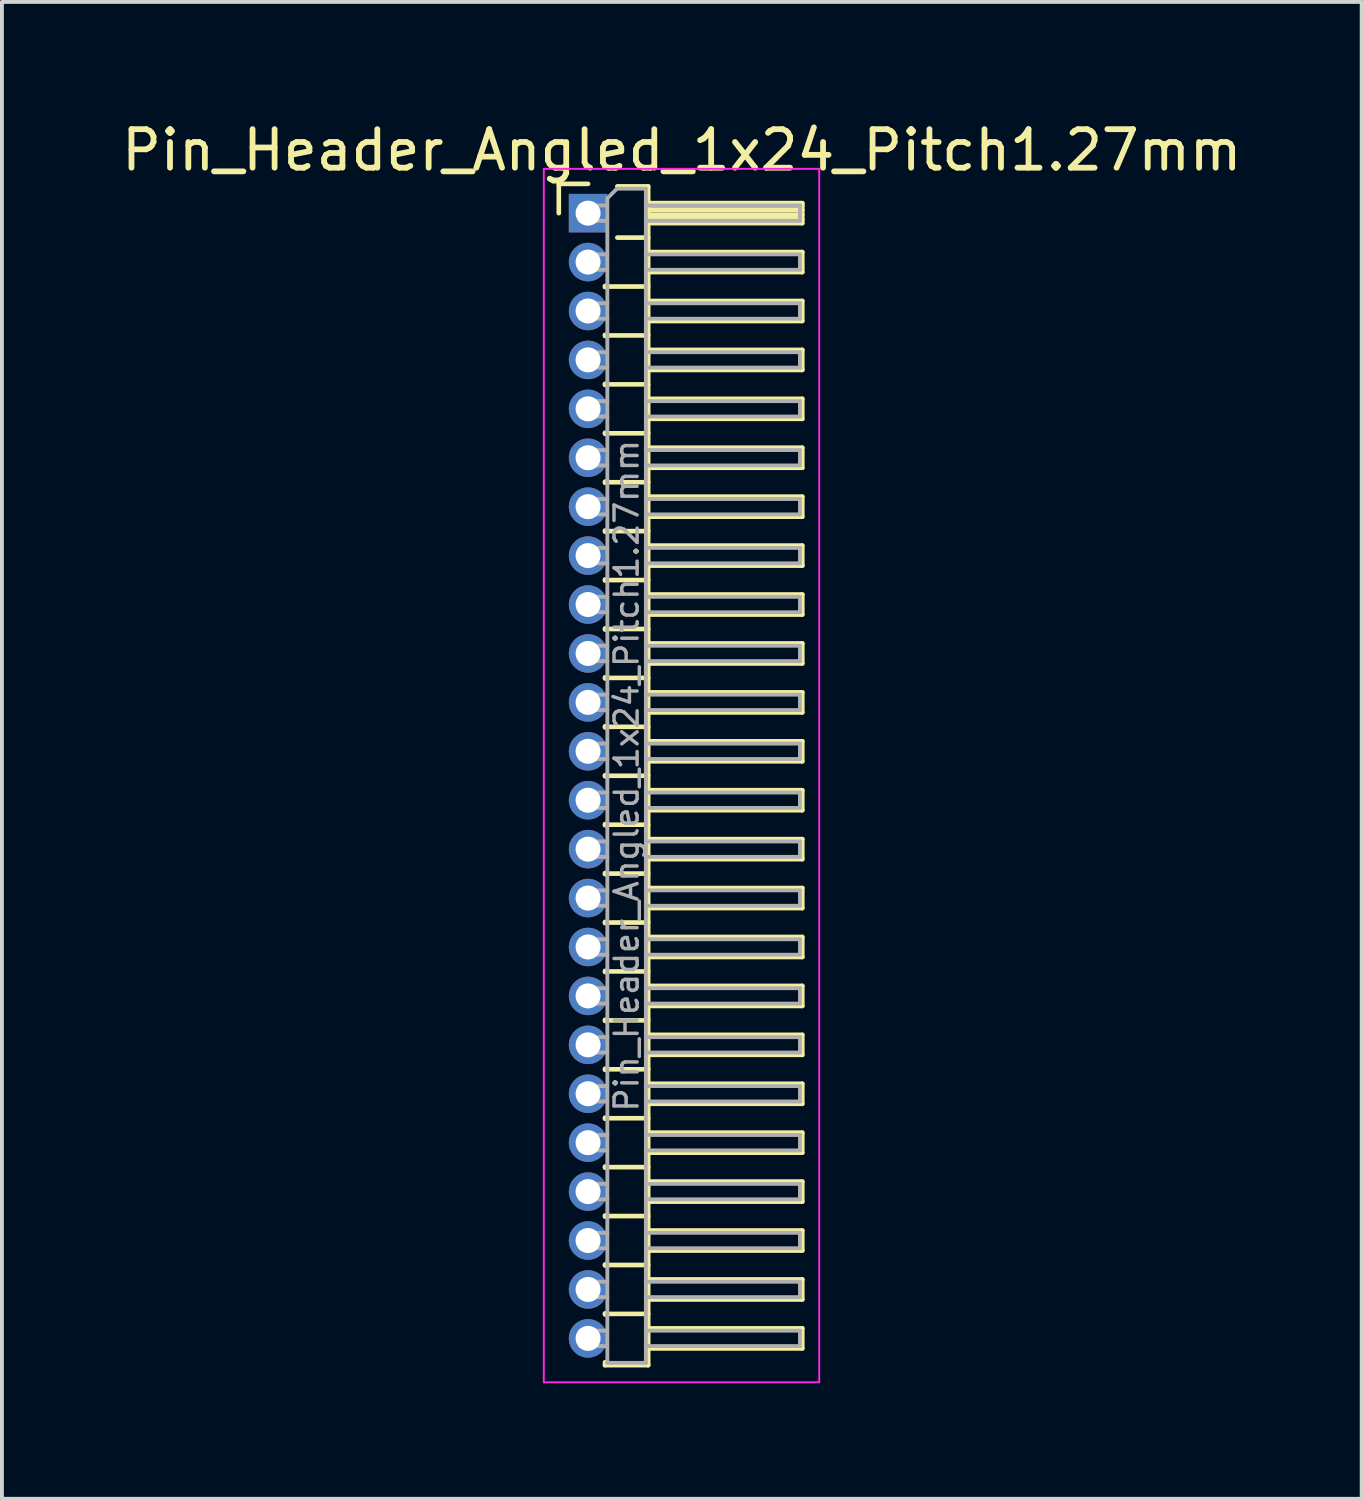
<source format=kicad_pcb>
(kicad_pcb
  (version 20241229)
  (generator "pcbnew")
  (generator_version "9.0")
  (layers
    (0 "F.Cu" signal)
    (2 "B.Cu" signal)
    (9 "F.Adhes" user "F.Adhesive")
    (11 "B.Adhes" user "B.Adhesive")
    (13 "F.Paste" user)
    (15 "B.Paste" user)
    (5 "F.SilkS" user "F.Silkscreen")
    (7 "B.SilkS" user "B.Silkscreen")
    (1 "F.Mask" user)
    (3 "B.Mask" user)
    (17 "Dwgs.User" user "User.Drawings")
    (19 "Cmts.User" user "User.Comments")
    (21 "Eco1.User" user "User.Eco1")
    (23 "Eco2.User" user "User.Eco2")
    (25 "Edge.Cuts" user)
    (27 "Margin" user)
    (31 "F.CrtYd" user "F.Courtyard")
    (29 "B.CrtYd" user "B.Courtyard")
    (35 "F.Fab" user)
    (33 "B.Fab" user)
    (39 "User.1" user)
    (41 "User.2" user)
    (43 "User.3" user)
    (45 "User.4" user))
  (footprint "Pin_Header_Angled_1x24_Pitch1.27mm"
    (layer "F.Cu")
    (at 12.216 2.483)
    (property "Reference" "Pin_Header_Angled_1x24_Pitch1.27mm" (at 2.433 -1.635 0) (layer "F.SilkS") (effects (font (size 1 1) (thickness 0.15))))
    (attr through_hole)
    (fp_line (start -0.76 -0.76) (end 0 -0.76) (stroke (width 0.12) (type solid)) (layer "F.SilkS"))
    (fp_line (start -0.76 0) (end -0.76 -0.76) (stroke (width 0.12) (type solid)) (layer "F.SilkS"))
    (fp_line (start 0.44 1.89) (end 0.44 1.92) (stroke (width 0.12) (type solid)) (layer "F.SilkS"))
    (fp_line (start 0.44 1.905) (end 1.56 1.905) (stroke (width 0.12) (type solid)) (layer "F.SilkS"))
    (fp_line (start 0.44 3.16) (end 0.44 3.19) (stroke (width 0.12) (type solid)) (layer "F.SilkS"))
    (fp_line (start 0.44 3.175) (end 1.56 3.175) (stroke (width 0.12) (type solid)) (layer "F.SilkS"))
    (fp_line (start 0.44 4.43) (end 0.44 4.46) (stroke (width 0.12) (type solid)) (layer "F.SilkS"))
    (fp_line (start 0.44 4.445) (end 1.56 4.445) (stroke (width 0.12) (type solid)) (layer "F.SilkS"))
    (fp_line (start 0.44 5.7) (end 0.44 5.73) (stroke (width 0.12) (type solid)) (layer "F.SilkS"))
    (fp_line (start 0.44 5.715) (end 1.56 5.715) (stroke (width 0.12) (type solid)) (layer "F.SilkS"))
    (fp_line (start 0.44 6.97) (end 0.44 7) (stroke (width 0.12) (type solid)) (layer "F.SilkS"))
    (fp_line (start 0.44 6.985) (end 1.56 6.985) (stroke (width 0.12) (type solid)) (layer "F.SilkS"))
    (fp_line (start 0.44 8.24) (end 0.44 8.27) (stroke (width 0.12) (type solid)) (layer "F.SilkS"))
    (fp_line (start 0.44 8.255) (end 1.56 8.255) (stroke (width 0.12) (type solid)) (layer "F.SilkS"))
    (fp_line (start 0.44 9.51) (end 0.44 9.54) (stroke (width 0.12) (type solid)) (layer "F.SilkS"))
    (fp_line (start 0.44 9.525) (end 1.56 9.525) (stroke (width 0.12) (type solid)) (layer "F.SilkS"))
    (fp_line (start 0.44 10.78) (end 0.44 10.81) (stroke (width 0.12) (type solid)) (layer "F.SilkS"))
    (fp_line (start 0.44 10.795) (end 1.56 10.795) (stroke (width 0.12) (type solid)) (layer "F.SilkS"))
    (fp_line (start 0.44 12.05) (end 0.44 12.08) (stroke (width 0.12) (type solid)) (layer "F.SilkS"))
    (fp_line (start 0.44 12.065) (end 1.56 12.065) (stroke (width 0.12) (type solid)) (layer "F.SilkS"))
    (fp_line (start 0.44 13.32) (end 0.44 13.35) (stroke (width 0.12) (type solid)) (layer "F.SilkS"))
    (fp_line (start 0.44 13.335) (end 1.56 13.335) (stroke (width 0.12) (type solid)) (layer "F.SilkS"))
    (fp_line (start 0.44 14.59) (end 0.44 14.62) (stroke (width 0.12) (type solid)) (layer "F.SilkS"))
    (fp_line (start 0.44 14.605) (end 1.56 14.605) (stroke (width 0.12) (type solid)) (layer "F.SilkS"))
    (fp_line (start 0.44 15.86) (end 0.44 15.89) (stroke (width 0.12) (type solid)) (layer "F.SilkS"))
    (fp_line (start 0.44 15.875) (end 1.56 15.875) (stroke (width 0.12) (type solid)) (layer "F.SilkS"))
    (fp_line (start 0.44 17.13) (end 0.44 17.16) (stroke (width 0.12) (type solid)) (layer "F.SilkS"))
    (fp_line (start 0.44 17.145) (end 1.56 17.145) (stroke (width 0.12) (type solid)) (layer "F.SilkS"))
    (fp_line (start 0.44 18.4) (end 0.44 18.43) (stroke (width 0.12) (type solid)) (layer "F.SilkS"))
    (fp_line (start 0.44 18.415) (end 1.56 18.415) (stroke (width 0.12) (type solid)) (layer "F.SilkS"))
    (fp_line (start 0.44 19.67) (end 0.44 19.7) (stroke (width 0.12) (type solid)) (layer "F.SilkS"))
    (fp_line (start 0.44 19.685) (end 1.56 19.685) (stroke (width 0.12) (type solid)) (layer "F.SilkS"))
    (fp_line (start 0.44 20.94) (end 0.44 20.97) (stroke (width 0.12) (type solid)) (layer "F.SilkS"))
    (fp_line (start 0.44 20.955) (end 1.56 20.955) (stroke (width 0.12) (type solid)) (layer "F.SilkS"))
    (fp_line (start 0.44 22.21) (end 0.44 22.24) (stroke (width 0.12) (type solid)) (layer "F.SilkS"))
    (fp_line (start 0.44 22.225) (end 1.56 22.225) (stroke (width 0.12) (type solid)) (layer "F.SilkS"))
    (fp_line (start 0.44 23.48) (end 0.44 23.51) (stroke (width 0.12) (type solid)) (layer "F.SilkS"))
    (fp_line (start 0.44 23.495) (end 1.56 23.495) (stroke (width 0.12) (type solid)) (layer "F.SilkS"))
    (fp_line (start 0.44 24.75) (end 0.44 24.78) (stroke (width 0.12) (type solid)) (layer "F.SilkS"))
    (fp_line (start 0.44 24.765) (end 1.56 24.765) (stroke (width 0.12) (type solid)) (layer "F.SilkS"))
    (fp_line (start 0.44 26.02) (end 0.44 26.05) (stroke (width 0.12) (type solid)) (layer "F.SilkS"))
    (fp_line (start 0.44 26.035) (end 1.56 26.035) (stroke (width 0.12) (type solid)) (layer "F.SilkS"))
    (fp_line (start 0.44 27.29) (end 0.44 27.32) (stroke (width 0.12) (type solid)) (layer "F.SilkS"))
    (fp_line (start 0.44 27.305) (end 1.56 27.305) (stroke (width 0.12) (type solid)) (layer "F.SilkS"))
    (fp_line (start 0.44 28.56) (end 0.44 28.59) (stroke (width 0.12) (type solid)) (layer "F.SilkS"))
    (fp_line (start 0.44 28.575) (end 1.56 28.575) (stroke (width 0.12) (type solid)) (layer "F.SilkS"))
    (fp_line (start 0.44 29.905) (end 0.44 29.83) (stroke (width 0.12) (type solid)) (layer "F.SilkS"))
    (fp_line (start 0.76 -0.695) (end 1.56 -0.695) (stroke (width 0.12) (type solid)) (layer "F.SilkS"))
    (fp_line (start 0.76 0.635) (end 1.56 0.635) (stroke (width 0.12) (type solid)) (layer "F.SilkS"))
    (fp_line (start 1.56 -0.695) (end 1.56 29.905) (stroke (width 0.12) (type solid)) (layer "F.SilkS"))
    (fp_line (start 1.56 -0.26) (end 5.56 -0.26) (stroke (width 0.12) (type solid)) (layer "F.SilkS"))
    (fp_line (start 1.56 -0.2) (end 5.56 -0.2) (stroke (width 0.12) (type solid)) (layer "F.SilkS"))
    (fp_line (start 1.56 -0.08) (end 5.56 -0.08) (stroke (width 0.12) (type solid)) (layer "F.SilkS"))
    (fp_line (start 1.56 0.04) (end 5.56 0.04) (stroke (width 0.12) (type solid)) (layer "F.SilkS"))
    (fp_line (start 1.56 0.16) (end 5.56 0.16) (stroke (width 0.12) (type solid)) (layer "F.SilkS"))
    (fp_line (start 1.56 1.01) (end 5.56 1.01) (stroke (width 0.12) (type solid)) (layer "F.SilkS"))
    (fp_line (start 1.56 2.28) (end 5.56 2.28) (stroke (width 0.12) (type solid)) (layer "F.SilkS"))
    (fp_line (start 1.56 3.55) (end 5.56 3.55) (stroke (width 0.12) (type solid)) (layer "F.SilkS"))
    (fp_line (start 1.56 4.82) (end 5.56 4.82) (stroke (width 0.12) (type solid)) (layer "F.SilkS"))
    (fp_line (start 1.56 6.09) (end 5.56 6.09) (stroke (width 0.12) (type solid)) (layer "F.SilkS"))
    (fp_line (start 1.56 7.36) (end 5.56 7.36) (stroke (width 0.12) (type solid)) (layer "F.SilkS"))
    (fp_line (start 1.56 8.63) (end 5.56 8.63) (stroke (width 0.12) (type solid)) (layer "F.SilkS"))
    (fp_line (start 1.56 9.9) (end 5.56 9.9) (stroke (width 0.12) (type solid)) (layer "F.SilkS"))
    (fp_line (start 1.56 11.17) (end 5.56 11.17) (stroke (width 0.12) (type solid)) (layer "F.SilkS"))
    (fp_line (start 1.56 12.44) (end 5.56 12.44) (stroke (width 0.12) (type solid)) (layer "F.SilkS"))
    (fp_line (start 1.56 13.71) (end 5.56 13.71) (stroke (width 0.12) (type solid)) (layer "F.SilkS"))
    (fp_line (start 1.56 14.98) (end 5.56 14.98) (stroke (width 0.12) (type solid)) (layer "F.SilkS"))
    (fp_line (start 1.56 16.25) (end 5.56 16.25) (stroke (width 0.12) (type solid)) (layer "F.SilkS"))
    (fp_line (start 1.56 17.52) (end 5.56 17.52) (stroke (width 0.12) (type solid)) (layer "F.SilkS"))
    (fp_line (start 1.56 18.79) (end 5.56 18.79) (stroke (width 0.12) (type solid)) (layer "F.SilkS"))
    (fp_line (start 1.56 20.06) (end 5.56 20.06) (stroke (width 0.12) (type solid)) (layer "F.SilkS"))
    (fp_line (start 1.56 21.33) (end 5.56 21.33) (stroke (width 0.12) (type solid)) (layer "F.SilkS"))
    (fp_line (start 1.56 22.6) (end 5.56 22.6) (stroke (width 0.12) (type solid)) (layer "F.SilkS"))
    (fp_line (start 1.56 23.87) (end 5.56 23.87) (stroke (width 0.12) (type solid)) (layer "F.SilkS"))
    (fp_line (start 1.56 25.14) (end 5.56 25.14) (stroke (width 0.12) (type solid)) (layer "F.SilkS"))
    (fp_line (start 1.56 26.41) (end 5.56 26.41) (stroke (width 0.12) (type solid)) (layer "F.SilkS"))
    (fp_line (start 1.56 27.68) (end 5.56 27.68) (stroke (width 0.12) (type solid)) (layer "F.SilkS"))
    (fp_line (start 1.56 28.95) (end 5.56 28.95) (stroke (width 0.12) (type solid)) (layer "F.SilkS"))
    (fp_line (start 1.56 29.905) (end 0.44 29.905) (stroke (width 0.12) (type solid)) (layer "F.SilkS"))
    (fp_line (start 5.56 -0.26) (end 5.56 0.26) (stroke (width 0.12) (type solid)) (layer "F.SilkS"))
    (fp_line (start 5.56 0.26) (end 1.56 0.26) (stroke (width 0.12) (type solid)) (layer "F.SilkS"))
    (fp_line (start 5.56 1.01) (end 5.56 1.53) (stroke (width 0.12) (type solid)) (layer "F.SilkS"))
    (fp_line (start 5.56 1.53) (end 1.56 1.53) (stroke (width 0.12) (type solid)) (layer "F.SilkS"))
    (fp_line (start 5.56 2.28) (end 5.56 2.8) (stroke (width 0.12) (type solid)) (layer "F.SilkS"))
    (fp_line (start 5.56 2.8) (end 1.56 2.8) (stroke (width 0.12) (type solid)) (layer "F.SilkS"))
    (fp_line (start 5.56 3.55) (end 5.56 4.07) (stroke (width 0.12) (type solid)) (layer "F.SilkS"))
    (fp_line (start 5.56 4.07) (end 1.56 4.07) (stroke (width 0.12) (type solid)) (layer "F.SilkS"))
    (fp_line (start 5.56 4.82) (end 5.56 5.34) (stroke (width 0.12) (type solid)) (layer "F.SilkS"))
    (fp_line (start 5.56 5.34) (end 1.56 5.34) (stroke (width 0.12) (type solid)) (layer "F.SilkS"))
    (fp_line (start 5.56 6.09) (end 5.56 6.61) (stroke (width 0.12) (type solid)) (layer "F.SilkS"))
    (fp_line (start 5.56 6.61) (end 1.56 6.61) (stroke (width 0.12) (type solid)) (layer "F.SilkS"))
    (fp_line (start 5.56 7.36) (end 5.56 7.88) (stroke (width 0.12) (type solid)) (layer "F.SilkS"))
    (fp_line (start 5.56 7.88) (end 1.56 7.88) (stroke (width 0.12) (type solid)) (layer "F.SilkS"))
    (fp_line (start 5.56 8.63) (end 5.56 9.15) (stroke (width 0.12) (type solid)) (layer "F.SilkS"))
    (fp_line (start 5.56 9.15) (end 1.56 9.15) (stroke (width 0.12) (type solid)) (layer "F.SilkS"))
    (fp_line (start 5.56 9.9) (end 5.56 10.42) (stroke (width 0.12) (type solid)) (layer "F.SilkS"))
    (fp_line (start 5.56 10.42) (end 1.56 10.42) (stroke (width 0.12) (type solid)) (layer "F.SilkS"))
    (fp_line (start 5.56 11.17) (end 5.56 11.69) (stroke (width 0.12) (type solid)) (layer "F.SilkS"))
    (fp_line (start 5.56 11.69) (end 1.56 11.69) (stroke (width 0.12) (type solid)) (layer "F.SilkS"))
    (fp_line (start 5.56 12.44) (end 5.56 12.96) (stroke (width 0.12) (type solid)) (layer "F.SilkS"))
    (fp_line (start 5.56 12.96) (end 1.56 12.96) (stroke (width 0.12) (type solid)) (layer "F.SilkS"))
    (fp_line (start 5.56 13.71) (end 5.56 14.23) (stroke (width 0.12) (type solid)) (layer "F.SilkS"))
    (fp_line (start 5.56 14.23) (end 1.56 14.23) (stroke (width 0.12) (type solid)) (layer "F.SilkS"))
    (fp_line (start 5.56 14.98) (end 5.56 15.5) (stroke (width 0.12) (type solid)) (layer "F.SilkS"))
    (fp_line (start 5.56 15.5) (end 1.56 15.5) (stroke (width 0.12) (type solid)) (layer "F.SilkS"))
    (fp_line (start 5.56 16.25) (end 5.56 16.77) (stroke (width 0.12) (type solid)) (layer "F.SilkS"))
    (fp_line (start 5.56 16.77) (end 1.56 16.77) (stroke (width 0.12) (type solid)) (layer "F.SilkS"))
    (fp_line (start 5.56 17.52) (end 5.56 18.04) (stroke (width 0.12) (type solid)) (layer "F.SilkS"))
    (fp_line (start 5.56 18.04) (end 1.56 18.04) (stroke (width 0.12) (type solid)) (layer "F.SilkS"))
    (fp_line (start 5.56 18.79) (end 5.56 19.31) (stroke (width 0.12) (type solid)) (layer "F.SilkS"))
    (fp_line (start 5.56 19.31) (end 1.56 19.31) (stroke (width 0.12) (type solid)) (layer "F.SilkS"))
    (fp_line (start 5.56 20.06) (end 5.56 20.58) (stroke (width 0.12) (type solid)) (layer "F.SilkS"))
    (fp_line (start 5.56 20.58) (end 1.56 20.58) (stroke (width 0.12) (type solid)) (layer "F.SilkS"))
    (fp_line (start 5.56 21.33) (end 5.56 21.85) (stroke (width 0.12) (type solid)) (layer "F.SilkS"))
    (fp_line (start 5.56 21.85) (end 1.56 21.85) (stroke (width 0.12) (type solid)) (layer "F.SilkS"))
    (fp_line (start 5.56 22.6) (end 5.56 23.12) (stroke (width 0.12) (type solid)) (layer "F.SilkS"))
    (fp_line (start 5.56 23.12) (end 1.56 23.12) (stroke (width 0.12) (type solid)) (layer "F.SilkS"))
    (fp_line (start 5.56 23.87) (end 5.56 24.39) (stroke (width 0.12) (type solid)) (layer "F.SilkS"))
    (fp_line (start 5.56 24.39) (end 1.56 24.39) (stroke (width 0.12) (type solid)) (layer "F.SilkS"))
    (fp_line (start 5.56 25.14) (end 5.56 25.66) (stroke (width 0.12) (type solid)) (layer "F.SilkS"))
    (fp_line (start 5.56 25.66) (end 1.56 25.66) (stroke (width 0.12) (type solid)) (layer "F.SilkS"))
    (fp_line (start 5.56 26.41) (end 5.56 26.93) (stroke (width 0.12) (type solid)) (layer "F.SilkS"))
    (fp_line (start 5.56 26.93) (end 1.56 26.93) (stroke (width 0.12) (type solid)) (layer "F.SilkS"))
    (fp_line (start 5.56 27.68) (end 5.56 28.2) (stroke (width 0.12) (type solid)) (layer "F.SilkS"))
    (fp_line (start 5.56 28.2) (end 1.56 28.2) (stroke (width 0.12) (type solid)) (layer "F.SilkS"))
    (fp_line (start 5.56 28.95) (end 5.56 29.47) (stroke (width 0.12) (type solid)) (layer "F.SilkS"))
    (fp_line (start 5.56 29.47) (end 1.56 29.47) (stroke (width 0.12) (type solid)) (layer "F.SilkS"))
    (fp_line (start -1.15 -1.15) (end -1.15 30.35) (stroke (width 0.05) (type solid)) (layer "F.CrtYd"))
    (fp_line (start -1.15 30.35) (end 6 30.35) (stroke (width 0.05) (type solid)) (layer "F.CrtYd"))
    (fp_line (start 6 -1.15) (end -1.15 -1.15) (stroke (width 0.05) (type solid)) (layer "F.CrtYd"))
    (fp_line (start 6 30.35) (end 6 -1.15) (stroke (width 0.05) (type solid)) (layer "F.CrtYd"))
    (fp_line (start -0.2 -0.2) (end -0.2 0.2) (stroke (width 0.1) (type solid)) (layer "F.Fab"))
    (fp_line (start -0.2 -0.2) (end 0.5 -0.2) (stroke (width 0.1) (type solid)) (layer "F.Fab"))
    (fp_line (start -0.2 0.2) (end 0.5 0.2) (stroke (width 0.1) (type solid)) (layer "F.Fab"))
    (fp_line (start -0.2 1.07) (end -0.2 1.47) (stroke (width 0.1) (type solid)) (layer "F.Fab"))
    (fp_line (start -0.2 1.07) (end 0.5 1.07) (stroke (width 0.1) (type solid)) (layer "F.Fab"))
    (fp_line (start -0.2 1.47) (end 0.5 1.47) (stroke (width 0.1) (type solid)) (layer "F.Fab"))
    (fp_line (start -0.2 2.34) (end -0.2 2.74) (stroke (width 0.1) (type solid)) (layer "F.Fab"))
    (fp_line (start -0.2 2.34) (end 0.5 2.34) (stroke (width 0.1) (type solid)) (layer "F.Fab"))
    (fp_line (start -0.2 2.74) (end 0.5 2.74) (stroke (width 0.1) (type solid)) (layer "F.Fab"))
    (fp_line (start -0.2 3.61) (end -0.2 4.01) (stroke (width 0.1) (type solid)) (layer "F.Fab"))
    (fp_line (start -0.2 3.61) (end 0.5 3.61) (stroke (width 0.1) (type solid)) (layer "F.Fab"))
    (fp_line (start -0.2 4.01) (end 0.5 4.01) (stroke (width 0.1) (type solid)) (layer "F.Fab"))
    (fp_line (start -0.2 4.88) (end -0.2 5.28) (stroke (width 0.1) (type solid)) (layer "F.Fab"))
    (fp_line (start -0.2 4.88) (end 0.5 4.88) (stroke (width 0.1) (type solid)) (layer "F.Fab"))
    (fp_line (start -0.2 5.28) (end 0.5 5.28) (stroke (width 0.1) (type solid)) (layer "F.Fab"))
    (fp_line (start -0.2 6.15) (end -0.2 6.55) (stroke (width 0.1) (type solid)) (layer "F.Fab"))
    (fp_line (start -0.2 6.15) (end 0.5 6.15) (stroke (width 0.1) (type solid)) (layer "F.Fab"))
    (fp_line (start -0.2 6.55) (end 0.5 6.55) (stroke (width 0.1) (type solid)) (layer "F.Fab"))
    (fp_line (start -0.2 7.42) (end -0.2 7.82) (stroke (width 0.1) (type solid)) (layer "F.Fab"))
    (fp_line (start -0.2 7.42) (end 0.5 7.42) (stroke (width 0.1) (type solid)) (layer "F.Fab"))
    (fp_line (start -0.2 7.82) (end 0.5 7.82) (stroke (width 0.1) (type solid)) (layer "F.Fab"))
    (fp_line (start -0.2 8.69) (end -0.2 9.09) (stroke (width 0.1) (type solid)) (layer "F.Fab"))
    (fp_line (start -0.2 8.69) (end 0.5 8.69) (stroke (width 0.1) (type solid)) (layer "F.Fab"))
    (fp_line (start -0.2 9.09) (end 0.5 9.09) (stroke (width 0.1) (type solid)) (layer "F.Fab"))
    (fp_line (start -0.2 9.96) (end -0.2 10.36) (stroke (width 0.1) (type solid)) (layer "F.Fab"))
    (fp_line (start -0.2 9.96) (end 0.5 9.96) (stroke (width 0.1) (type solid)) (layer "F.Fab"))
    (fp_line (start -0.2 10.36) (end 0.5 10.36) (stroke (width 0.1) (type solid)) (layer "F.Fab"))
    (fp_line (start -0.2 11.23) (end -0.2 11.63) (stroke (width 0.1) (type solid)) (layer "F.Fab"))
    (fp_line (start -0.2 11.23) (end 0.5 11.23) (stroke (width 0.1) (type solid)) (layer "F.Fab"))
    (fp_line (start -0.2 11.63) (end 0.5 11.63) (stroke (width 0.1) (type solid)) (layer "F.Fab"))
    (fp_line (start -0.2 12.5) (end -0.2 12.9) (stroke (width 0.1) (type solid)) (layer "F.Fab"))
    (fp_line (start -0.2 12.5) (end 0.5 12.5) (stroke (width 0.1) (type solid)) (layer "F.Fab"))
    (fp_line (start -0.2 12.9) (end 0.5 12.9) (stroke (width 0.1) (type solid)) (layer "F.Fab"))
    (fp_line (start -0.2 13.77) (end -0.2 14.17) (stroke (width 0.1) (type solid)) (layer "F.Fab"))
    (fp_line (start -0.2 13.77) (end 0.5 13.77) (stroke (width 0.1) (type solid)) (layer "F.Fab"))
    (fp_line (start -0.2 14.17) (end 0.5 14.17) (stroke (width 0.1) (type solid)) (layer "F.Fab"))
    (fp_line (start -0.2 15.04) (end -0.2 15.44) (stroke (width 0.1) (type solid)) (layer "F.Fab"))
    (fp_line (start -0.2 15.04) (end 0.5 15.04) (stroke (width 0.1) (type solid)) (layer "F.Fab"))
    (fp_line (start -0.2 15.44) (end 0.5 15.44) (stroke (width 0.1) (type solid)) (layer "F.Fab"))
    (fp_line (start -0.2 16.31) (end -0.2 16.71) (stroke (width 0.1) (type solid)) (layer "F.Fab"))
    (fp_line (start -0.2 16.31) (end 0.5 16.31) (stroke (width 0.1) (type solid)) (layer "F.Fab"))
    (fp_line (start -0.2 16.71) (end 0.5 16.71) (stroke (width 0.1) (type solid)) (layer "F.Fab"))
    (fp_line (start -0.2 17.58) (end -0.2 17.98) (stroke (width 0.1) (type solid)) (layer "F.Fab"))
    (fp_line (start -0.2 17.58) (end 0.5 17.58) (stroke (width 0.1) (type solid)) (layer "F.Fab"))
    (fp_line (start -0.2 17.98) (end 0.5 17.98) (stroke (width 0.1) (type solid)) (layer "F.Fab"))
    (fp_line (start -0.2 18.85) (end -0.2 19.25) (stroke (width 0.1) (type solid)) (layer "F.Fab"))
    (fp_line (start -0.2 18.85) (end 0.5 18.85) (stroke (width 0.1) (type solid)) (layer "F.Fab"))
    (fp_line (start -0.2 19.25) (end 0.5 19.25) (stroke (width 0.1) (type solid)) (layer "F.Fab"))
    (fp_line (start -0.2 20.12) (end -0.2 20.52) (stroke (width 0.1) (type solid)) (layer "F.Fab"))
    (fp_line (start -0.2 20.12) (end 0.5 20.12) (stroke (width 0.1) (type solid)) (layer "F.Fab"))
    (fp_line (start -0.2 20.52) (end 0.5 20.52) (stroke (width 0.1) (type solid)) (layer "F.Fab"))
    (fp_line (start -0.2 21.39) (end -0.2 21.79) (stroke (width 0.1) (type solid)) (layer "F.Fab"))
    (fp_line (start -0.2 21.39) (end 0.5 21.39) (stroke (width 0.1) (type solid)) (layer "F.Fab"))
    (fp_line (start -0.2 21.79) (end 0.5 21.79) (stroke (width 0.1) (type solid)) (layer "F.Fab"))
    (fp_line (start -0.2 22.66) (end -0.2 23.06) (stroke (width 0.1) (type solid)) (layer "F.Fab"))
    (fp_line (start -0.2 22.66) (end 0.5 22.66) (stroke (width 0.1) (type solid)) (layer "F.Fab"))
    (fp_line (start -0.2 23.06) (end 0.5 23.06) (stroke (width 0.1) (type solid)) (layer "F.Fab"))
    (fp_line (start -0.2 23.93) (end -0.2 24.33) (stroke (width 0.1) (type solid)) (layer "F.Fab"))
    (fp_line (start -0.2 23.93) (end 0.5 23.93) (stroke (width 0.1) (type solid)) (layer "F.Fab"))
    (fp_line (start -0.2 24.33) (end 0.5 24.33) (stroke (width 0.1) (type solid)) (layer "F.Fab"))
    (fp_line (start -0.2 25.2) (end -0.2 25.6) (stroke (width 0.1) (type solid)) (layer "F.Fab"))
    (fp_line (start -0.2 25.2) (end 0.5 25.2) (stroke (width 0.1) (type solid)) (layer "F.Fab"))
    (fp_line (start -0.2 25.6) (end 0.5 25.6) (stroke (width 0.1) (type solid)) (layer "F.Fab"))
    (fp_line (start -0.2 26.47) (end -0.2 26.87) (stroke (width 0.1) (type solid)) (layer "F.Fab"))
    (fp_line (start -0.2 26.47) (end 0.5 26.47) (stroke (width 0.1) (type solid)) (layer "F.Fab"))
    (fp_line (start -0.2 26.87) (end 0.5 26.87) (stroke (width 0.1) (type solid)) (layer "F.Fab"))
    (fp_line (start -0.2 27.74) (end -0.2 28.14) (stroke (width 0.1) (type solid)) (layer "F.Fab"))
    (fp_line (start -0.2 27.74) (end 0.5 27.74) (stroke (width 0.1) (type solid)) (layer "F.Fab"))
    (fp_line (start -0.2 28.14) (end 0.5 28.14) (stroke (width 0.1) (type solid)) (layer "F.Fab"))
    (fp_line (start -0.2 29.01) (end -0.2 29.41) (stroke (width 0.1) (type solid)) (layer "F.Fab"))
    (fp_line (start -0.2 29.01) (end 0.5 29.01) (stroke (width 0.1) (type solid)) (layer "F.Fab"))
    (fp_line (start -0.2 29.41) (end 0.5 29.41) (stroke (width 0.1) (type solid)) (layer "F.Fab"))
    (fp_line (start 0.5 -0.385) (end 0.75 -0.635) (stroke (width 0.1) (type solid)) (layer "F.Fab"))
    (fp_line (start 0.5 29.845) (end 0.5 -0.385) (stroke (width 0.1) (type solid)) (layer "F.Fab"))
    (fp_line (start 0.75 -0.635) (end 1.5 -0.635) (stroke (width 0.1) (type solid)) (layer "F.Fab"))
    (fp_line (start 1.5 -0.635) (end 1.5 29.845) (stroke (width 0.1) (type solid)) (layer "F.Fab"))
    (fp_line (start 1.5 -0.2) (end 5.5 -0.2) (stroke (width 0.1) (type solid)) (layer "F.Fab"))
    (fp_line (start 1.5 0.2) (end 5.5 0.2) (stroke (width 0.1) (type solid)) (layer "F.Fab"))
    (fp_line (start 1.5 1.07) (end 5.5 1.07) (stroke (width 0.1) (type solid)) (layer "F.Fab"))
    (fp_line (start 1.5 1.47) (end 5.5 1.47) (stroke (width 0.1) (type solid)) (layer "F.Fab"))
    (fp_line (start 1.5 2.34) (end 5.5 2.34) (stroke (width 0.1) (type solid)) (layer "F.Fab"))
    (fp_line (start 1.5 2.74) (end 5.5 2.74) (stroke (width 0.1) (type solid)) (layer "F.Fab"))
    (fp_line (start 1.5 3.61) (end 5.5 3.61) (stroke (width 0.1) (type solid)) (layer "F.Fab"))
    (fp_line (start 1.5 4.01) (end 5.5 4.01) (stroke (width 0.1) (type solid)) (layer "F.Fab"))
    (fp_line (start 1.5 4.88) (end 5.5 4.88) (stroke (width 0.1) (type solid)) (layer "F.Fab"))
    (fp_line (start 1.5 5.28) (end 5.5 5.28) (stroke (width 0.1) (type solid)) (layer "F.Fab"))
    (fp_line (start 1.5 6.15) (end 5.5 6.15) (stroke (width 0.1) (type solid)) (layer "F.Fab"))
    (fp_line (start 1.5 6.55) (end 5.5 6.55) (stroke (width 0.1) (type solid)) (layer "F.Fab"))
    (fp_line (start 1.5 7.42) (end 5.5 7.42) (stroke (width 0.1) (type solid)) (layer "F.Fab"))
    (fp_line (start 1.5 7.82) (end 5.5 7.82) (stroke (width 0.1) (type solid)) (layer "F.Fab"))
    (fp_line (start 1.5 8.69) (end 5.5 8.69) (stroke (width 0.1) (type solid)) (layer "F.Fab"))
    (fp_line (start 1.5 9.09) (end 5.5 9.09) (stroke (width 0.1) (type solid)) (layer "F.Fab"))
    (fp_line (start 1.5 9.96) (end 5.5 9.96) (stroke (width 0.1) (type solid)) (layer "F.Fab"))
    (fp_line (start 1.5 10.36) (end 5.5 10.36) (stroke (width 0.1) (type solid)) (layer "F.Fab"))
    (fp_line (start 1.5 11.23) (end 5.5 11.23) (stroke (width 0.1) (type solid)) (layer "F.Fab"))
    (fp_line (start 1.5 11.63) (end 5.5 11.63) (stroke (width 0.1) (type solid)) (layer "F.Fab"))
    (fp_line (start 1.5 12.5) (end 5.5 12.5) (stroke (width 0.1) (type solid)) (layer "F.Fab"))
    (fp_line (start 1.5 12.9) (end 5.5 12.9) (stroke (width 0.1) (type solid)) (layer "F.Fab"))
    (fp_line (start 1.5 13.77) (end 5.5 13.77) (stroke (width 0.1) (type solid)) (layer "F.Fab"))
    (fp_line (start 1.5 14.17) (end 5.5 14.17) (stroke (width 0.1) (type solid)) (layer "F.Fab"))
    (fp_line (start 1.5 15.04) (end 5.5 15.04) (stroke (width 0.1) (type solid)) (layer "F.Fab"))
    (fp_line (start 1.5 15.44) (end 5.5 15.44) (stroke (width 0.1) (type solid)) (layer "F.Fab"))
    (fp_line (start 1.5 16.31) (end 5.5 16.31) (stroke (width 0.1) (type solid)) (layer "F.Fab"))
    (fp_line (start 1.5 16.71) (end 5.5 16.71) (stroke (width 0.1) (type solid)) (layer "F.Fab"))
    (fp_line (start 1.5 17.58) (end 5.5 17.58) (stroke (width 0.1) (type solid)) (layer "F.Fab"))
    (fp_line (start 1.5 17.98) (end 5.5 17.98) (stroke (width 0.1) (type solid)) (layer "F.Fab"))
    (fp_line (start 1.5 18.85) (end 5.5 18.85) (stroke (width 0.1) (type solid)) (layer "F.Fab"))
    (fp_line (start 1.5 19.25) (end 5.5 19.25) (stroke (width 0.1) (type solid)) (layer "F.Fab"))
    (fp_line (start 1.5 20.12) (end 5.5 20.12) (stroke (width 0.1) (type solid)) (layer "F.Fab"))
    (fp_line (start 1.5 20.52) (end 5.5 20.52) (stroke (width 0.1) (type solid)) (layer "F.Fab"))
    (fp_line (start 1.5 21.39) (end 5.5 21.39) (stroke (width 0.1) (type solid)) (layer "F.Fab"))
    (fp_line (start 1.5 21.79) (end 5.5 21.79) (stroke (width 0.1) (type solid)) (layer "F.Fab"))
    (fp_line (start 1.5 22.66) (end 5.5 22.66) (stroke (width 0.1) (type solid)) (layer "F.Fab"))
    (fp_line (start 1.5 23.06) (end 5.5 23.06) (stroke (width 0.1) (type solid)) (layer "F.Fab"))
    (fp_line (start 1.5 23.93) (end 5.5 23.93) (stroke (width 0.1) (type solid)) (layer "F.Fab"))
    (fp_line (start 1.5 24.33) (end 5.5 24.33) (stroke (width 0.1) (type solid)) (layer "F.Fab"))
    (fp_line (start 1.5 25.2) (end 5.5 25.2) (stroke (width 0.1) (type solid)) (layer "F.Fab"))
    (fp_line (start 1.5 25.6) (end 5.5 25.6) (stroke (width 0.1) (type solid)) (layer "F.Fab"))
    (fp_line (start 1.5 26.47) (end 5.5 26.47) (stroke (width 0.1) (type solid)) (layer "F.Fab"))
    (fp_line (start 1.5 26.87) (end 5.5 26.87) (stroke (width 0.1) (type solid)) (layer "F.Fab"))
    (fp_line (start 1.5 27.74) (end 5.5 27.74) (stroke (width 0.1) (type solid)) (layer "F.Fab"))
    (fp_line (start 1.5 28.14) (end 5.5 28.14) (stroke (width 0.1) (type solid)) (layer "F.Fab"))
    (fp_line (start 1.5 29.01) (end 5.5 29.01) (stroke (width 0.1) (type solid)) (layer "F.Fab"))
    (fp_line (start 1.5 29.41) (end 5.5 29.41) (stroke (width 0.1) (type solid)) (layer "F.Fab"))
    (fp_line (start 1.5 29.845) (end 0.5 29.845) (stroke (width 0.1) (type solid)) (layer "F.Fab"))
    (fp_line (start 5.5 -0.2) (end 5.5 0.2) (stroke (width 0.1) (type solid)) (layer "F.Fab"))
    (fp_line (start 5.5 1.07) (end 5.5 1.47) (stroke (width 0.1) (type solid)) (layer "F.Fab"))
    (fp_line (start 5.5 2.34) (end 5.5 2.74) (stroke (width 0.1) (type solid)) (layer "F.Fab"))
    (fp_line (start 5.5 3.61) (end 5.5 4.01) (stroke (width 0.1) (type solid)) (layer "F.Fab"))
    (fp_line (start 5.5 4.88) (end 5.5 5.28) (stroke (width 0.1) (type solid)) (layer "F.Fab"))
    (fp_line (start 5.5 6.15) (end 5.5 6.55) (stroke (width 0.1) (type solid)) (layer "F.Fab"))
    (fp_line (start 5.5 7.42) (end 5.5 7.82) (stroke (width 0.1) (type solid)) (layer "F.Fab"))
    (fp_line (start 5.5 8.69) (end 5.5 9.09) (stroke (width 0.1) (type solid)) (layer "F.Fab"))
    (fp_line (start 5.5 9.96) (end 5.5 10.36) (stroke (width 0.1) (type solid)) (layer "F.Fab"))
    (fp_line (start 5.5 11.23) (end 5.5 11.63) (stroke (width 0.1) (type solid)) (layer "F.Fab"))
    (fp_line (start 5.5 12.5) (end 5.5 12.9) (stroke (width 0.1) (type solid)) (layer "F.Fab"))
    (fp_line (start 5.5 13.77) (end 5.5 14.17) (stroke (width 0.1) (type solid)) (layer "F.Fab"))
    (fp_line (start 5.5 15.04) (end 5.5 15.44) (stroke (width 0.1) (type solid)) (layer "F.Fab"))
    (fp_line (start 5.5 16.31) (end 5.5 16.71) (stroke (width 0.1) (type solid)) (layer "F.Fab"))
    (fp_line (start 5.5 17.58) (end 5.5 17.98) (stroke (width 0.1) (type solid)) (layer "F.Fab"))
    (fp_line (start 5.5 18.85) (end 5.5 19.25) (stroke (width 0.1) (type solid)) (layer "F.Fab"))
    (fp_line (start 5.5 20.12) (end 5.5 20.52) (stroke (width 0.1) (type solid)) (layer "F.Fab"))
    (fp_line (start 5.5 21.39) (end 5.5 21.79) (stroke (width 0.1) (type solid)) (layer "F.Fab"))
    (fp_line (start 5.5 22.66) (end 5.5 23.06) (stroke (width 0.1) (type solid)) (layer "F.Fab"))
    (fp_line (start 5.5 23.93) (end 5.5 24.33) (stroke (width 0.1) (type solid)) (layer "F.Fab"))
    (fp_line (start 5.5 25.2) (end 5.5 25.6) (stroke (width 0.1) (type solid)) (layer "F.Fab"))
    (fp_line (start 5.5 26.47) (end 5.5 26.87) (stroke (width 0.1) (type solid)) (layer "F.Fab"))
    (fp_line (start 5.5 27.74) (end 5.5 28.14) (stroke (width 0.1) (type solid)) (layer "F.Fab"))
    (fp_line (start 5.5 29.01) (end 5.5 29.41) (stroke (width 0.1) (type solid)) (layer "F.Fab"))
    (fp_text user "${REFERENCE}" (at 1 14.605 90) (layer "F.Fab") (effects (font (size 0.6 0.6) (thickness 0.09))))
    (pad "1" thru_hole rect (at 0 0) (size 1 1) (drill 0.65) (layers "*.Cu" "*.Mask"))
    (pad "2" thru_hole oval (at 0 1.27) (size 1 1) (drill 0.65) (layers "*.Cu" "*.Mask"))
    (pad "3" thru_hole oval (at 0 2.54) (size 1 1) (drill 0.65) (layers "*.Cu" "*.Mask"))
    (pad "4" thru_hole oval (at 0 3.81) (size 1 1) (drill 0.65) (layers "*.Cu" "*.Mask"))
    (pad "5" thru_hole oval (at 0 5.08) (size 1 1) (drill 0.65) (layers "*.Cu" "*.Mask"))
    (pad "6" thru_hole oval (at 0 6.35) (size 1 1) (drill 0.65) (layers "*.Cu" "*.Mask"))
    (pad "7" thru_hole oval (at 0 7.62) (size 1 1) (drill 0.65) (layers "*.Cu" "*.Mask"))
    (pad "8" thru_hole oval (at 0 8.89) (size 1 1) (drill 0.65) (layers "*.Cu" "*.Mask"))
    (pad "9" thru_hole oval (at 0 10.16) (size 1 1) (drill 0.65) (layers "*.Cu" "*.Mask"))
    (pad "10" thru_hole oval (at 0 11.43) (size 1 1) (drill 0.65) (layers "*.Cu" "*.Mask"))
    (pad "11" thru_hole oval (at 0 12.7) (size 1 1) (drill 0.65) (layers "*.Cu" "*.Mask"))
    (pad "12" thru_hole oval (at 0 13.97) (size 1 1) (drill 0.65) (layers "*.Cu" "*.Mask"))
    (pad "13" thru_hole oval (at 0 15.24) (size 1 1) (drill 0.65) (layers "*.Cu" "*.Mask"))
    (pad "14" thru_hole oval (at 0 16.51) (size 1 1) (drill 0.65) (layers "*.Cu" "*.Mask"))
    (pad "15" thru_hole oval (at 0 17.78) (size 1 1) (drill 0.65) (layers "*.Cu" "*.Mask"))
    (pad "16" thru_hole oval (at 0 19.05) (size 1 1) (drill 0.65) (layers "*.Cu" "*.Mask"))
    (pad "17" thru_hole oval (at 0 20.32) (size 1 1) (drill 0.65) (layers "*.Cu" "*.Mask"))
    (pad "18" thru_hole oval (at 0 21.59) (size 1 1) (drill 0.65) (layers "*.Cu" "*.Mask"))
    (pad "19" thru_hole oval (at 0 22.86) (size 1 1) (drill 0.65) (layers "*.Cu" "*.Mask"))
    (pad "20" thru_hole oval (at 0 24.13) (size 1 1) (drill 0.65) (layers "*.Cu" "*.Mask"))
    (pad "21" thru_hole oval (at 0 25.4) (size 1 1) (drill 0.65) (layers "*.Cu" "*.Mask"))
    (pad "22" thru_hole oval (at 0 26.67) (size 1 1) (drill 0.65) (layers "*.Cu" "*.Mask"))
    (pad "23" thru_hole oval (at 0 27.94) (size 1 1) (drill 0.65) (layers "*.Cu" "*.Mask"))
    (pad "24" thru_hole oval (at 0 29.21) (size 1 1) (drill 0.65) (layers "*.Cu" "*.Mask")))
  (gr_rect
    (start -3 -3)
    (end 32.298 35.858)
    (stroke (width 0.1) (type default))
    (fill no)
    (layer "Edge.Cuts")))
</source>
